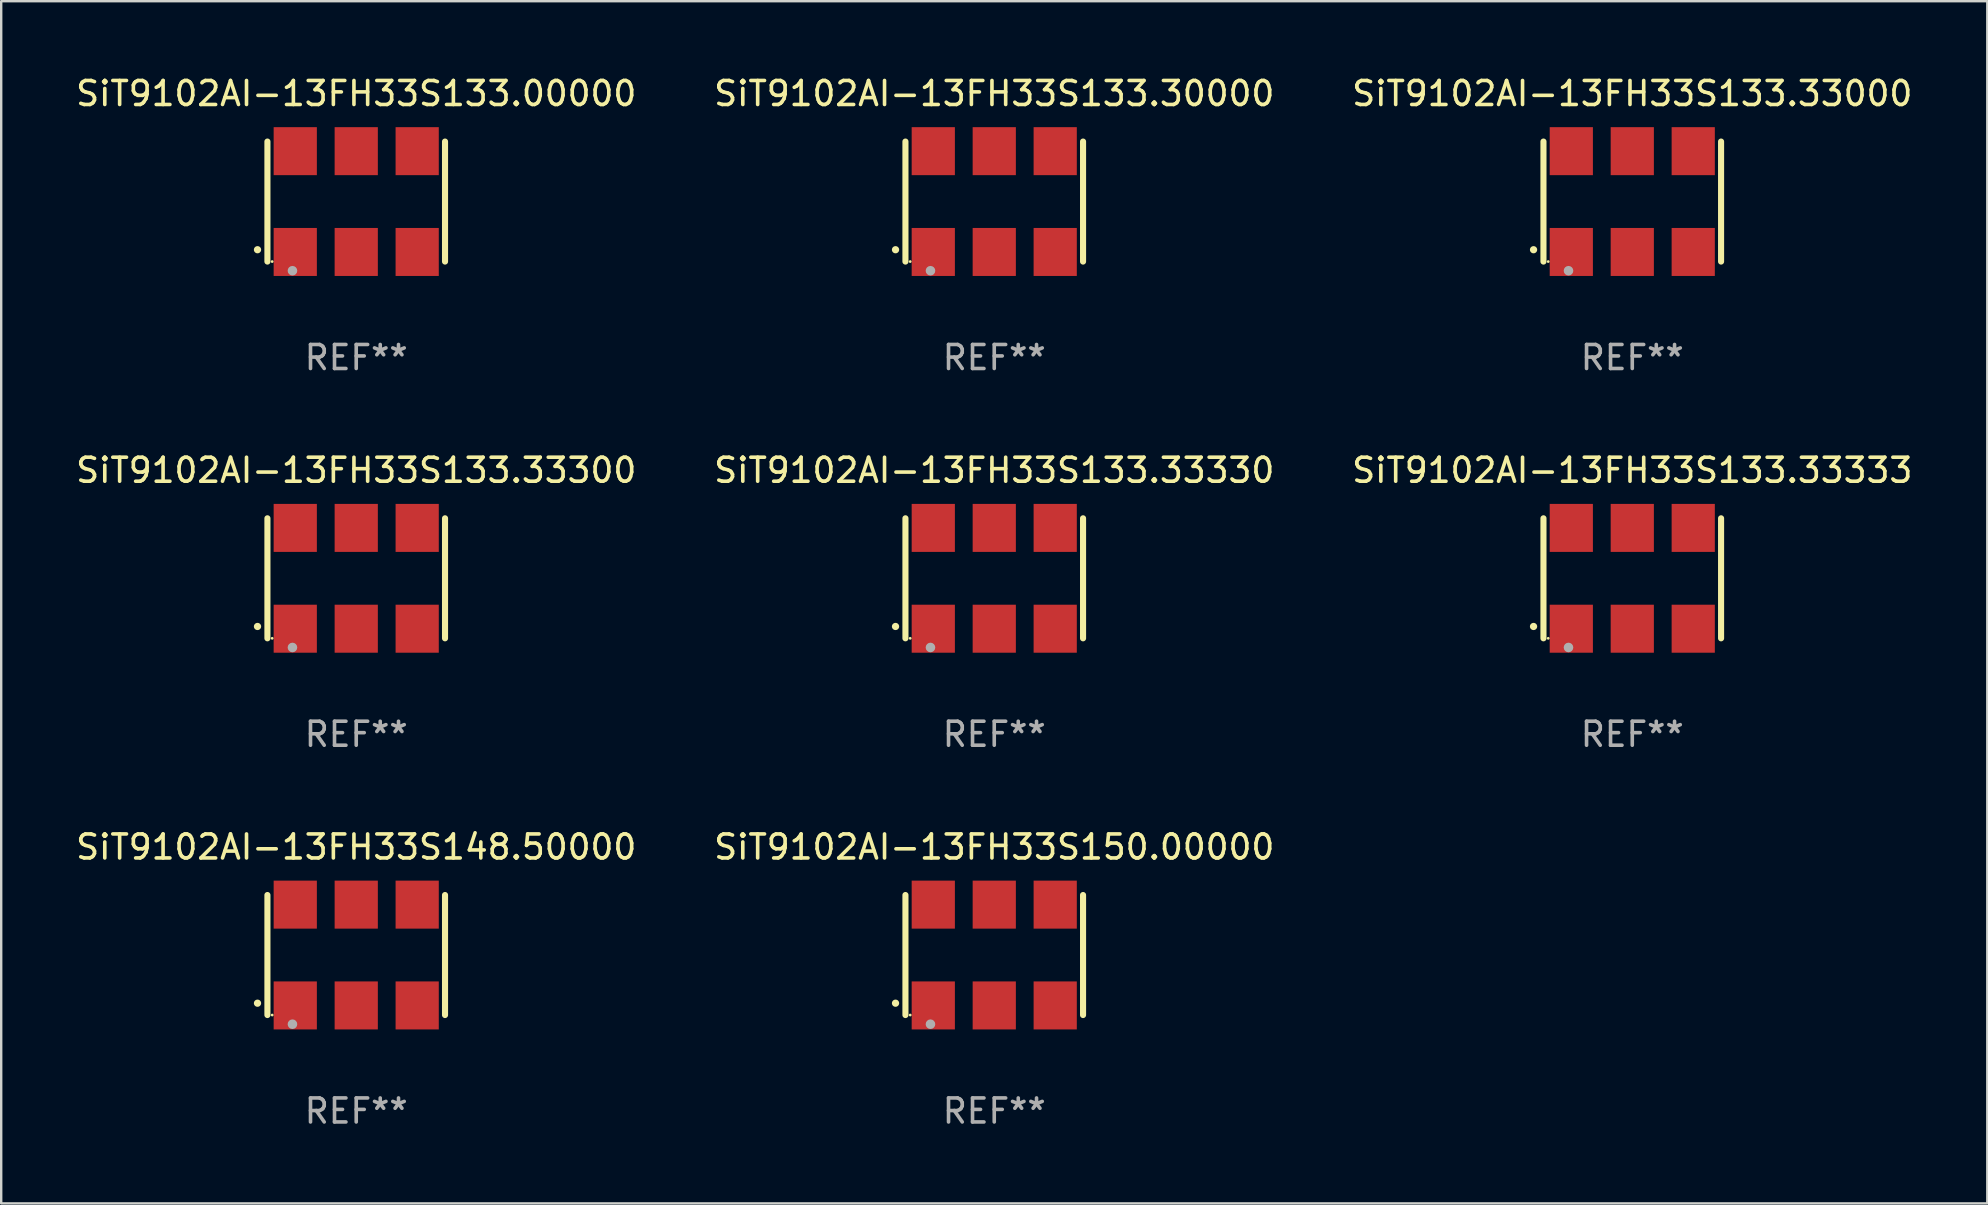
<source format=kicad_pcb>
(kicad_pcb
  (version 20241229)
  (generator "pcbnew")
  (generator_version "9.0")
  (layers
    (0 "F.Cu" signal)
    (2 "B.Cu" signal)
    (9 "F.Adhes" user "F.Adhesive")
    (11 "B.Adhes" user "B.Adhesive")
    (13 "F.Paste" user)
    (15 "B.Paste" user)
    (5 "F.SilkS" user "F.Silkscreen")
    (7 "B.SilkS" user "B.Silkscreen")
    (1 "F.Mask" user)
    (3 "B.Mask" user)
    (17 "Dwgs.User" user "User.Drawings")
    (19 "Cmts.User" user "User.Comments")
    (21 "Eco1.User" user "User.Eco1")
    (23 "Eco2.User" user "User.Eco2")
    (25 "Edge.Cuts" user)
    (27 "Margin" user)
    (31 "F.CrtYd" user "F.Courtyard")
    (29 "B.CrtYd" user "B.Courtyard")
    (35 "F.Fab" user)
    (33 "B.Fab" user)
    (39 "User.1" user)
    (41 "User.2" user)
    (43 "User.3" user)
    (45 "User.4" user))
  (footprint "SiT9102AI-13FH33S133.00000"
    (layer "F.Cu")
    (at 11.792 5.348)
    (property "Reference" "SiT9102AI-13FH33S133.00000" (at 0 -4.5 0) (layer "F.SilkS") (effects (font (size 1 1) (thickness 0.15))))
    (attr through_hole)
    (fp_line (start -3.7 -2.5) (end -3.7 2.5) (stroke (width 0.254) (type solid)) (layer "F.SilkS"))
    (fp_line (start 3.7 -2.5) (end 3.7 2.5) (stroke (width 0.254) (type solid)) (layer "F.SilkS"))
    (fp_arc (start -4.114415 2.006604) (mid -4.113145 2.006599) (end -4.111875 2.006604) (stroke (width 0.3) (type solid)) (layer "F.SilkS"))
    (fp_circle (center -3.502 2.5) (end -3.472 2.5) (stroke (width 0.06) (type solid)) (fill no) (layer "F.SilkS"))
    (fp_circle (center -2.657 2.882) (end -2.557 2.882) (stroke (width 0.2) (type solid)) (fill no) (layer "F.Fab"))
    (fp_text user "REF**" (at 0 6.5 0) (layer "F.Fab") (effects (font (size 1 1) (thickness 0.15))))
    (pad "1" smd rect (at -2.54 2.1) (size 1.8 2) (layers "F.Cu" "F.Mask" "F.Paste"))
    (pad "2" smd rect (at 0.000394 2.1) (size 1.8 2) (layers "F.Cu" "F.Mask" "F.Paste"))
    (pad "3" smd rect (at 2.54 2.1) (size 1.8 2) (layers "F.Cu" "F.Mask" "F.Paste"))
    (pad "4" smd rect (at 2.54 -2.1) (size 1.8 2) (layers "F.Cu" "F.Mask" "F.Paste"))
    (pad "5" smd rect (at 0.000394 -2.1) (size 1.8 2) (layers "F.Cu" "F.Mask" "F.Paste"))
    (pad "6" smd rect (at -2.54 -2.1) (size 1.8 2) (layers "F.Cu" "F.Mask" "F.Paste")))
  (footprint "SiT9102AI-13FH33S133.33000"
    (layer "F.Cu")
    (at 64.958 5.348)
    (property "Reference" "SiT9102AI-13FH33S133.33000" (at 0 -4.5 0) (layer "F.SilkS") (effects (font (size 1 1) (thickness 0.15))))
    (attr through_hole)
    (fp_line (start -3.7 -2.5) (end -3.7 2.5) (stroke (width 0.254) (type solid)) (layer "F.SilkS"))
    (fp_line (start 3.7 -2.5) (end 3.7 2.5) (stroke (width 0.254) (type solid)) (layer "F.SilkS"))
    (fp_arc (start -4.114415 2.006604) (mid -4.113145 2.006599) (end -4.111875 2.006604) (stroke (width 0.3) (type solid)) (layer "F.SilkS"))
    (fp_circle (center -3.502 2.5) (end -3.472 2.5) (stroke (width 0.06) (type solid)) (fill no) (layer "F.SilkS"))
    (fp_circle (center -2.657 2.882) (end -2.557 2.882) (stroke (width 0.2) (type solid)) (fill no) (layer "F.Fab"))
    (fp_text user "REF**" (at 0 6.5 0) (layer "F.Fab") (effects (font (size 1 1) (thickness 0.15))))
    (pad "1" smd rect (at -2.54 2.1) (size 1.8 2) (layers "F.Cu" "F.Mask" "F.Paste"))
    (pad "2" smd rect (at 0.000394 2.1) (size 1.8 2) (layers "F.Cu" "F.Mask" "F.Paste"))
    (pad "3" smd rect (at 2.54 2.1) (size 1.8 2) (layers "F.Cu" "F.Mask" "F.Paste"))
    (pad "4" smd rect (at 2.54 -2.1) (size 1.8 2) (layers "F.Cu" "F.Mask" "F.Paste"))
    (pad "5" smd rect (at 0.000394 -2.1) (size 1.8 2) (layers "F.Cu" "F.Mask" "F.Paste"))
    (pad "6" smd rect (at -2.54 -2.1) (size 1.8 2) (layers "F.Cu" "F.Mask" "F.Paste")))
  (footprint "SiT9102AI-13FH33S148.50000"
    (layer "F.Cu")
    (at 11.792 36.741)
    (property "Reference" "SiT9102AI-13FH33S148.50000" (at 0 -4.5 0) (layer "F.SilkS") (effects (font (size 1 1) (thickness 0.15))))
    (attr through_hole)
    (fp_line (start -3.7 -2.5) (end -3.7 2.5) (stroke (width 0.254) (type solid)) (layer "F.SilkS"))
    (fp_line (start 3.7 -2.5) (end 3.7 2.5) (stroke (width 0.254) (type solid)) (layer "F.SilkS"))
    (fp_arc (start -4.114415 2.006604) (mid -4.113145 2.006599) (end -4.111875 2.006604) (stroke (width 0.3) (type solid)) (layer "F.SilkS"))
    (fp_circle (center -3.502 2.5) (end -3.472 2.5) (stroke (width 0.06) (type solid)) (fill no) (layer "F.SilkS"))
    (fp_circle (center -2.657 2.882) (end -2.557 2.882) (stroke (width 0.2) (type solid)) (fill no) (layer "F.Fab"))
    (fp_text user "REF**" (at 0 6.5 0) (layer "F.Fab") (effects (font (size 1 1) (thickness 0.15))))
    (pad "1" smd rect (at -2.54 2.1) (size 1.8 2) (layers "F.Cu" "F.Mask" "F.Paste"))
    (pad "2" smd rect (at 0.000394 2.1) (size 1.8 2) (layers "F.Cu" "F.Mask" "F.Paste"))
    (pad "3" smd rect (at 2.54 2.1) (size 1.8 2) (layers "F.Cu" "F.Mask" "F.Paste"))
    (pad "4" smd rect (at 2.54 -2.1) (size 1.8 2) (layers "F.Cu" "F.Mask" "F.Paste"))
    (pad "5" smd rect (at 0.000394 -2.1) (size 1.8 2) (layers "F.Cu" "F.Mask" "F.Paste"))
    (pad "6" smd rect (at -2.54 -2.1) (size 1.8 2) (layers "F.Cu" "F.Mask" "F.Paste")))
  (footprint "SiT9102AI-13FH33S133.33333"
    (layer "F.Cu")
    (at 64.958 21.045)
    (property "Reference" "SiT9102AI-13FH33S133.33333" (at 0 -4.5 0) (layer "F.SilkS") (effects (font (size 1 1) (thickness 0.15))))
    (attr through_hole)
    (fp_line (start -3.7 -2.5) (end -3.7 2.5) (stroke (width 0.254) (type solid)) (layer "F.SilkS"))
    (fp_line (start 3.7 -2.5) (end 3.7 2.5) (stroke (width 0.254) (type solid)) (layer "F.SilkS"))
    (fp_arc (start -4.114415 2.006604) (mid -4.113145 2.006599) (end -4.111875 2.006604) (stroke (width 0.3) (type solid)) (layer "F.SilkS"))
    (fp_circle (center -3.502 2.5) (end -3.472 2.5) (stroke (width 0.06) (type solid)) (fill no) (layer "F.SilkS"))
    (fp_circle (center -2.657 2.882) (end -2.557 2.882) (stroke (width 0.2) (type solid)) (fill no) (layer "F.Fab"))
    (fp_text user "REF**" (at 0 6.5 0) (layer "F.Fab") (effects (font (size 1 1) (thickness 0.15))))
    (pad "1" smd rect (at -2.54 2.1) (size 1.8 2) (layers "F.Cu" "F.Mask" "F.Paste"))
    (pad "2" smd rect (at 0.000394 2.1) (size 1.8 2) (layers "F.Cu" "F.Mask" "F.Paste"))
    (pad "3" smd rect (at 2.54 2.1) (size 1.8 2) (layers "F.Cu" "F.Mask" "F.Paste"))
    (pad "4" smd rect (at 2.54 -2.1) (size 1.8 2) (layers "F.Cu" "F.Mask" "F.Paste"))
    (pad "5" smd rect (at 0.000394 -2.1) (size 1.8 2) (layers "F.Cu" "F.Mask" "F.Paste"))
    (pad "6" smd rect (at -2.54 -2.1) (size 1.8 2) (layers "F.Cu" "F.Mask" "F.Paste")))
  (footprint "SiT9102AI-13FH33S133.33330"
    (layer "F.Cu")
    (at 38.375 21.045)
    (property "Reference" "SiT9102AI-13FH33S133.33330" (at 0 -4.5 0) (layer "F.SilkS") (effects (font (size 1 1) (thickness 0.15))))
    (attr through_hole)
    (fp_line (start -3.7 -2.5) (end -3.7 2.5) (stroke (width 0.254) (type solid)) (layer "F.SilkS"))
    (fp_line (start 3.7 -2.5) (end 3.7 2.5) (stroke (width 0.254) (type solid)) (layer "F.SilkS"))
    (fp_arc (start -4.114415 2.006604) (mid -4.113145 2.006599) (end -4.111875 2.006604) (stroke (width 0.3) (type solid)) (layer "F.SilkS"))
    (fp_circle (center -3.502 2.5) (end -3.472 2.5) (stroke (width 0.06) (type solid)) (fill no) (layer "F.SilkS"))
    (fp_circle (center -2.657 2.882) (end -2.557 2.882) (stroke (width 0.2) (type solid)) (fill no) (layer "F.Fab"))
    (fp_text user "REF**" (at 0 6.5 0) (layer "F.Fab") (effects (font (size 1 1) (thickness 0.15))))
    (pad "1" smd rect (at -2.54 2.1) (size 1.8 2) (layers "F.Cu" "F.Mask" "F.Paste"))
    (pad "2" smd rect (at 0.000394 2.1) (size 1.8 2) (layers "F.Cu" "F.Mask" "F.Paste"))
    (pad "3" smd rect (at 2.54 2.1) (size 1.8 2) (layers "F.Cu" "F.Mask" "F.Paste"))
    (pad "4" smd rect (at 2.54 -2.1) (size 1.8 2) (layers "F.Cu" "F.Mask" "F.Paste"))
    (pad "5" smd rect (at 0.000394 -2.1) (size 1.8 2) (layers "F.Cu" "F.Mask" "F.Paste"))
    (pad "6" smd rect (at -2.54 -2.1) (size 1.8 2) (layers "F.Cu" "F.Mask" "F.Paste")))
  (footprint "SiT9102AI-13FH33S133.33300"
    (layer "F.Cu")
    (at 11.792 21.045)
    (property "Reference" "SiT9102AI-13FH33S133.33300" (at 0 -4.5 0) (layer "F.SilkS") (effects (font (size 1 1) (thickness 0.15))))
    (attr through_hole)
    (fp_line (start -3.7 -2.5) (end -3.7 2.5) (stroke (width 0.254) (type solid)) (layer "F.SilkS"))
    (fp_line (start 3.7 -2.5) (end 3.7 2.5) (stroke (width 0.254) (type solid)) (layer "F.SilkS"))
    (fp_arc (start -4.114415 2.006604) (mid -4.113145 2.006599) (end -4.111875 2.006604) (stroke (width 0.3) (type solid)) (layer "F.SilkS"))
    (fp_circle (center -3.502 2.5) (end -3.472 2.5) (stroke (width 0.06) (type solid)) (fill no) (layer "F.SilkS"))
    (fp_circle (center -2.657 2.882) (end -2.557 2.882) (stroke (width 0.2) (type solid)) (fill no) (layer "F.Fab"))
    (fp_text user "REF**" (at 0 6.5 0) (layer "F.Fab") (effects (font (size 1 1) (thickness 0.15))))
    (pad "1" smd rect (at -2.54 2.1) (size 1.8 2) (layers "F.Cu" "F.Mask" "F.Paste"))
    (pad "2" smd rect (at 0.000394 2.1) (size 1.8 2) (layers "F.Cu" "F.Mask" "F.Paste"))
    (pad "3" smd rect (at 2.54 2.1) (size 1.8 2) (layers "F.Cu" "F.Mask" "F.Paste"))
    (pad "4" smd rect (at 2.54 -2.1) (size 1.8 2) (layers "F.Cu" "F.Mask" "F.Paste"))
    (pad "5" smd rect (at 0.000394 -2.1) (size 1.8 2) (layers "F.Cu" "F.Mask" "F.Paste"))
    (pad "6" smd rect (at -2.54 -2.1) (size 1.8 2) (layers "F.Cu" "F.Mask" "F.Paste")))
  (footprint "SiT9102AI-13FH33S133.30000"
    (layer "F.Cu")
    (at 38.375 5.348)
    (property "Reference" "SiT9102AI-13FH33S133.30000" (at 0 -4.5 0) (layer "F.SilkS") (effects (font (size 1 1) (thickness 0.15))))
    (attr through_hole)
    (fp_line (start -3.7 -2.5) (end -3.7 2.5) (stroke (width 0.254) (type solid)) (layer "F.SilkS"))
    (fp_line (start 3.7 -2.5) (end 3.7 2.5) (stroke (width 0.254) (type solid)) (layer "F.SilkS"))
    (fp_arc (start -4.114415 2.006604) (mid -4.113145 2.006599) (end -4.111875 2.006604) (stroke (width 0.3) (type solid)) (layer "F.SilkS"))
    (fp_circle (center -3.502 2.5) (end -3.472 2.5) (stroke (width 0.06) (type solid)) (fill no) (layer "F.SilkS"))
    (fp_circle (center -2.657 2.882) (end -2.557 2.882) (stroke (width 0.2) (type solid)) (fill no) (layer "F.Fab"))
    (fp_text user "REF**" (at 0 6.5 0) (layer "F.Fab") (effects (font (size 1 1) (thickness 0.15))))
    (pad "1" smd rect (at -2.54 2.1) (size 1.8 2) (layers "F.Cu" "F.Mask" "F.Paste"))
    (pad "2" smd rect (at 0.000394 2.1) (size 1.8 2) (layers "F.Cu" "F.Mask" "F.Paste"))
    (pad "3" smd rect (at 2.54 2.1) (size 1.8 2) (layers "F.Cu" "F.Mask" "F.Paste"))
    (pad "4" smd rect (at 2.54 -2.1) (size 1.8 2) (layers "F.Cu" "F.Mask" "F.Paste"))
    (pad "5" smd rect (at 0.000394 -2.1) (size 1.8 2) (layers "F.Cu" "F.Mask" "F.Paste"))
    (pad "6" smd rect (at -2.54 -2.1) (size 1.8 2) (layers "F.Cu" "F.Mask" "F.Paste")))
  (footprint "SiT9102AI-13FH33S150.00000"
    (layer "F.Cu")
    (at 38.375 36.741)
    (property "Reference" "SiT9102AI-13FH33S150.00000" (at 0 -4.5 0) (layer "F.SilkS") (effects (font (size 1 1) (thickness 0.15))))
    (attr through_hole)
    (fp_line (start -3.7 -2.5) (end -3.7 2.5) (stroke (width 0.254) (type solid)) (layer "F.SilkS"))
    (fp_line (start 3.7 -2.5) (end 3.7 2.5) (stroke (width 0.254) (type solid)) (layer "F.SilkS"))
    (fp_arc (start -4.114415 2.006604) (mid -4.113145 2.006599) (end -4.111875 2.006604) (stroke (width 0.3) (type solid)) (layer "F.SilkS"))
    (fp_circle (center -3.502 2.5) (end -3.472 2.5) (stroke (width 0.06) (type solid)) (fill no) (layer "F.SilkS"))
    (fp_circle (center -2.657 2.882) (end -2.557 2.882) (stroke (width 0.2) (type solid)) (fill no) (layer "F.Fab"))
    (fp_text user "REF**" (at 0 6.5 0) (layer "F.Fab") (effects (font (size 1 1) (thickness 0.15))))
    (pad "1" smd rect (at -2.54 2.1) (size 1.8 2) (layers "F.Cu" "F.Mask" "F.Paste"))
    (pad "2" smd rect (at 0.000394 2.1) (size 1.8 2) (layers "F.Cu" "F.Mask" "F.Paste"))
    (pad "3" smd rect (at 2.54 2.1) (size 1.8 2) (layers "F.Cu" "F.Mask" "F.Paste"))
    (pad "4" smd rect (at 2.54 -2.1) (size 1.8 2) (layers "F.Cu" "F.Mask" "F.Paste"))
    (pad "5" smd rect (at 0.000394 -2.1) (size 1.8 2) (layers "F.Cu" "F.Mask" "F.Paste"))
    (pad "6" smd rect (at -2.54 -2.1) (size 1.8 2) (layers "F.Cu" "F.Mask" "F.Paste")))
  (gr_rect
    (start -3 -3)
    (end 79.75 47.09)
    (stroke (width 0.1) (type default))
    (fill no)
    (layer "Edge.Cuts")))
</source>
